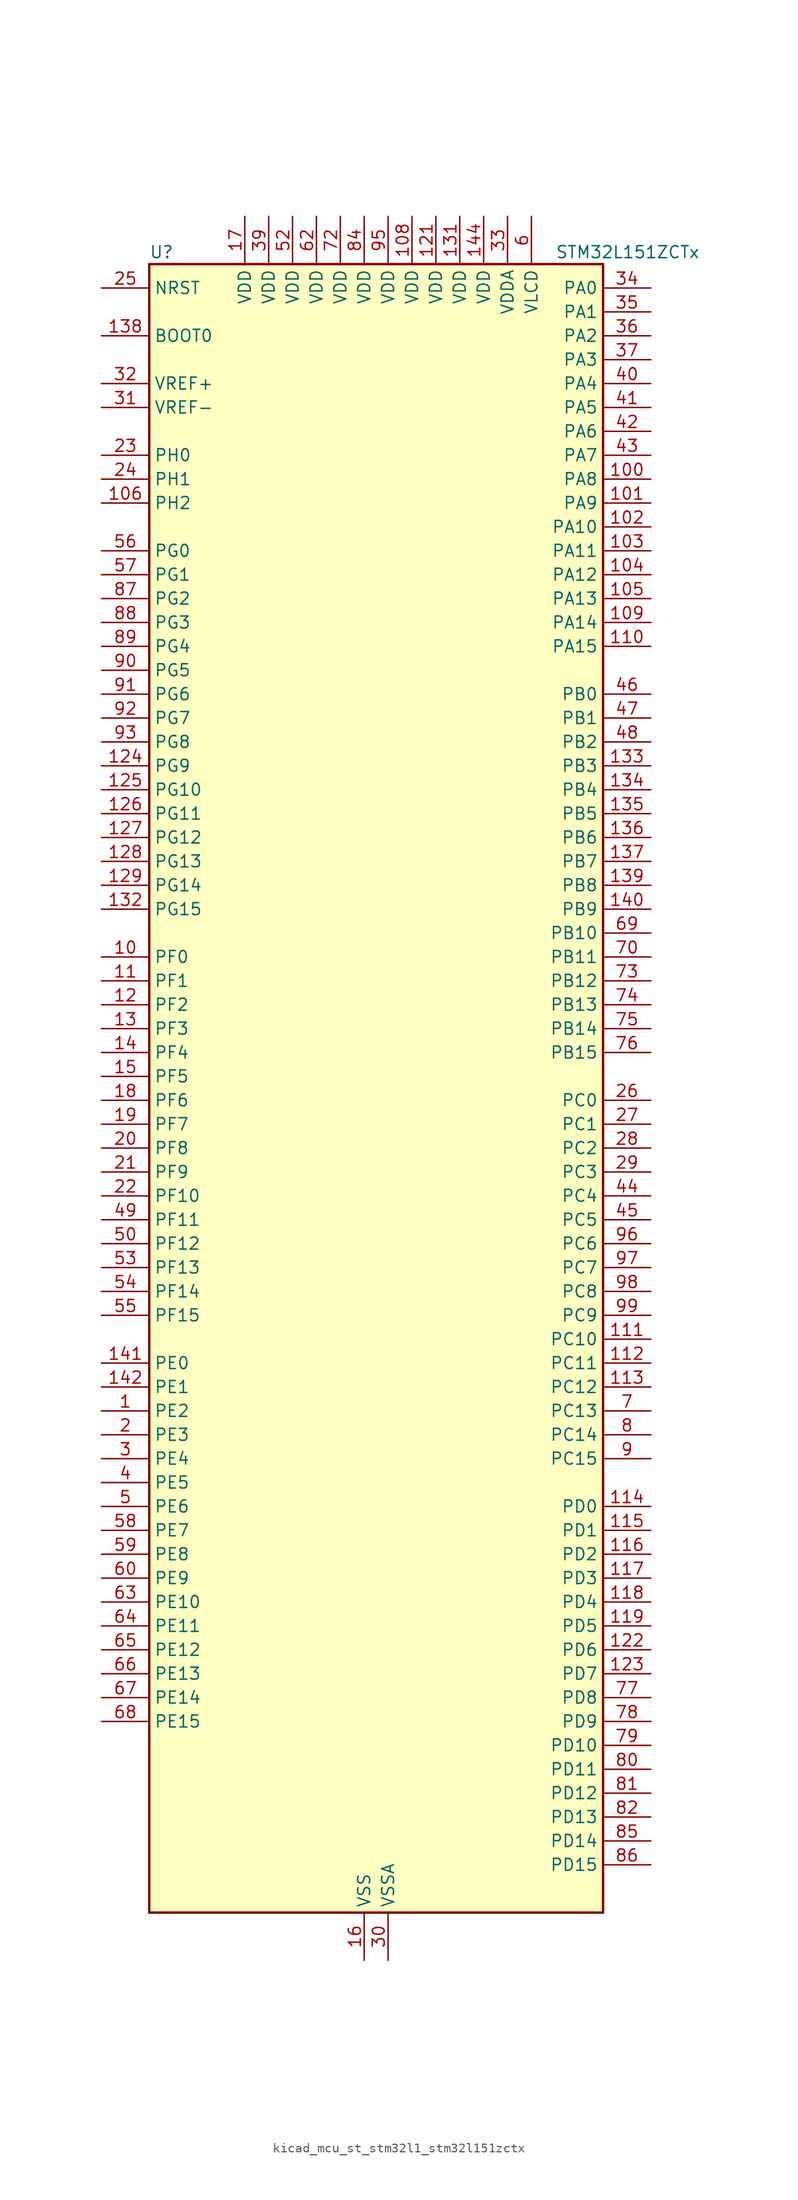
<source format=kicad_sym>
(kicad_symbol_lib
  (version 20220914)
  (generator kicad_symbol_editor)
  (symbol "kicad_mcu_st_stm32l1_stm32l151zctx"
    (property "Reference" "U"
      (at -22.86 90.17 0)
      (effects (font (size 1.27 1.27)) (justify left)))
    (property "Value" "STM32L151ZCTx"
      (at 20.32 90.17 0)
      (effects (font (size 1.27 1.27)) (justify left)))
    (property "ki_locked" ""
      (at 0 0 0)
      (effects (font (size 1.27 1.27))))
    (symbol "kicad_mcu_st_stm32l1_stm32l151zctx_0_1"
      (rectangle (start -22.86 -86.36) (end 25.4 88.9) (stroke (width 0.254) (type default)) (fill (type background))))
    (symbol "kicad_mcu_st_stm32l1_stm32l151zctx_1_1"
      (pin bidirectional line (at -27.94 -33.02 0) (length 5.08) (name "PE2" (effects (font (size 1.27 1.27)))) (number "1" (effects (font (size 1.27 1.27)))) (alternate "SYS_TRACECK" bidirectional line) (alternate "TIM3_ETR" bidirectional line) (alternate "TIMX_IC3" bidirectional line))
      (pin bidirectional line (at -27.94 15.24 0) (length 5.08) (name "PF0" (effects (font (size 1.27 1.27)))) (number "10" (effects (font (size 1.27 1.27)))))
      (pin bidirectional line (at 30.48 66.04 180) (length 5.08) (name "PA8" (effects (font (size 1.27 1.27)))) (number "100" (effects (font (size 1.27 1.27)))) (alternate "RCC_MCO" bidirectional line) (alternate "TIMX_IC1" bidirectional line) (alternate "TS_G4_IO1" bidirectional line) (alternate "USART1_CK" bidirectional line))
      (pin bidirectional line (at 30.48 63.5 180) (length 5.08) (name "PA9" (effects (font (size 1.27 1.27)))) (number "101" (effects (font (size 1.27 1.27)))) (alternate "DAC_EXTI9" bidirectional line) (alternate "TIMX_IC2" bidirectional line) (alternate "TS_G4_IO2" bidirectional line) (alternate "USART1_TX" bidirectional line))
      (pin bidirectional line (at 30.48 60.96 180) (length 5.08) (name "PA10" (effects (font (size 1.27 1.27)))) (number "102" (effects (font (size 1.27 1.27)))) (alternate "TIMX_IC3" bidirectional line) (alternate "TS_G4_IO3" bidirectional line) (alternate "USART1_RX" bidirectional line))
      (pin bidirectional line (at 30.48 58.42 180) (length 5.08) (name "PA11" (effects (font (size 1.27 1.27)))) (number "103" (effects (font (size 1.27 1.27)))) (alternate "ADC_EXTI11" bidirectional line) (alternate "SPI1_MISO" bidirectional line) (alternate "TIMX_IC4" bidirectional line) (alternate "USART1_CTS" bidirectional line) (alternate "USB_DM" bidirectional line))
      (pin bidirectional line (at 30.48 55.88 180) (length 5.08) (name "PA12" (effects (font (size 1.27 1.27)))) (number "104" (effects (font (size 1.27 1.27)))) (alternate "SPI1_MOSI" bidirectional line) (alternate "TIMX_IC1" bidirectional line) (alternate "USART1_RTS" bidirectional line) (alternate "USB_DP" bidirectional line))
      (pin bidirectional line (at 30.48 53.34 180) (length 5.08) (name "PA13" (effects (font (size 1.27 1.27)))) (number "105" (effects (font (size 1.27 1.27)))) (alternate "SYS_JTMS-SWDIO" bidirectional line) (alternate "TIMX_IC2" bidirectional line) (alternate "TS_G5_IO1" bidirectional line))
      (pin bidirectional line (at -27.94 63.5 0) (length 5.08) (name "PH2" (effects (font (size 1.27 1.27)))) (number "106" (effects (font (size 1.27 1.27)))))
      (pin passive line (at 0 -91.44 90) (length 5.08) hide (name "VSS" (effects (font (size 1.27 1.27)))) (number "107" (effects (font (size 1.27 1.27)))))
      (pin power_in line (at 5.08 93.98 270) (length 5.08) (name "VDD" (effects (font (size 1.27 1.27)))) (number "108" (effects (font (size 1.27 1.27)))))
      (pin bidirectional line (at 30.48 50.8 180) (length 5.08) (name "PA14" (effects (font (size 1.27 1.27)))) (number "109" (effects (font (size 1.27 1.27)))) (alternate "SYS_JTCK-SWCLK" bidirectional line) (alternate "TIMX_IC3" bidirectional line) (alternate "TS_G5_IO2" bidirectional line))
      (pin bidirectional line (at -27.94 12.7 0) (length 5.08) (name "PF1" (effects (font (size 1.27 1.27)))) (number "11" (effects (font (size 1.27 1.27)))))
      (pin bidirectional line (at 30.48 48.26 180) (length 5.08) (name "PA15" (effects (font (size 1.27 1.27)))) (number "110" (effects (font (size 1.27 1.27)))) (alternate "ADC_EXTI15" bidirectional line) (alternate "I2S3_WS" bidirectional line) (alternate "SPI1_NSS" bidirectional line) (alternate "SPI3_NSS" bidirectional line) (alternate "SYS_JTDI" bidirectional line) (alternate "TIM2_CH1" bidirectional line) (alternate "TIM2_ETR" bidirectional line) (alternate "TIMX_IC4" bidirectional line) (alternate "TS_G5_IO3" bidirectional line))
      (pin bidirectional line (at 30.48 -25.4 180) (length 5.08) (name "PC10" (effects (font (size 1.27 1.27)))) (number "111" (effects (font (size 1.27 1.27)))) (alternate "I2S3_CK" bidirectional line) (alternate "SPI3_SCK" bidirectional line) (alternate "TIMX_IC3" bidirectional line) (alternate "USART3_TX" bidirectional line))
      (pin bidirectional line (at 30.48 -27.94 180) (length 5.08) (name "PC11" (effects (font (size 1.27 1.27)))) (number "112" (effects (font (size 1.27 1.27)))) (alternate "ADC_EXTI11" bidirectional line) (alternate "SPI3_MISO" bidirectional line) (alternate "TIMX_IC4" bidirectional line) (alternate "USART3_RX" bidirectional line))
      (pin bidirectional line (at 30.48 -30.48 180) (length 5.08) (name "PC12" (effects (font (size 1.27 1.27)))) (number "113" (effects (font (size 1.27 1.27)))) (alternate "I2S3_SD" bidirectional line) (alternate "SPI3_MOSI" bidirectional line) (alternate "TIMX_IC1" bidirectional line) (alternate "USART3_CK" bidirectional line))
      (pin bidirectional line (at 30.48 -43.18 180) (length 5.08) (name "PD0" (effects (font (size 1.27 1.27)))) (number "114" (effects (font (size 1.27 1.27)))) (alternate "I2S2_WS" bidirectional line) (alternate "SPI2_NSS" bidirectional line) (alternate "TIM9_CH1" bidirectional line) (alternate "TIMX_IC1" bidirectional line))
      (pin bidirectional line (at 30.48 -45.72 180) (length 5.08) (name "PD1" (effects (font (size 1.27 1.27)))) (number "115" (effects (font (size 1.27 1.27)))) (alternate "I2S2_CK" bidirectional line) (alternate "SPI2_SCK" bidirectional line) (alternate "TIMX_IC2" bidirectional line))
      (pin bidirectional line (at 30.48 -48.26 180) (length 5.08) (name "PD2" (effects (font (size 1.27 1.27)))) (number "116" (effects (font (size 1.27 1.27)))) (alternate "TIM3_ETR" bidirectional line) (alternate "TIMX_IC3" bidirectional line))
      (pin bidirectional line (at 30.48 -50.8 180) (length 5.08) (name "PD3" (effects (font (size 1.27 1.27)))) (number "117" (effects (font (size 1.27 1.27)))) (alternate "SPI2_MISO" bidirectional line) (alternate "TIMX_IC4" bidirectional line) (alternate "USART2_CTS" bidirectional line))
      (pin bidirectional line (at 30.48 -53.34 180) (length 5.08) (name "PD4" (effects (font (size 1.27 1.27)))) (number "118" (effects (font (size 1.27 1.27)))) (alternate "I2S2_SD" bidirectional line) (alternate "SPI2_MOSI" bidirectional line) (alternate "TIMX_IC1" bidirectional line) (alternate "USART2_RTS" bidirectional line))
      (pin bidirectional line (at 30.48 -55.88 180) (length 5.08) (name "PD5" (effects (font (size 1.27 1.27)))) (number "119" (effects (font (size 1.27 1.27)))) (alternate "TIMX_IC2" bidirectional line) (alternate "USART2_TX" bidirectional line))
      (pin bidirectional line (at -27.94 10.16 0) (length 5.08) (name "PF2" (effects (font (size 1.27 1.27)))) (number "12" (effects (font (size 1.27 1.27)))))
      (pin passive line (at 0 -91.44 90) (length 5.08) hide (name "VSS" (effects (font (size 1.27 1.27)))) (number "120" (effects (font (size 1.27 1.27)))))
      (pin power_in line (at 7.62 93.98 270) (length 5.08) (name "VDD" (effects (font (size 1.27 1.27)))) (number "121" (effects (font (size 1.27 1.27)))))
      (pin bidirectional line (at 30.48 -58.42 180) (length 5.08) (name "PD6" (effects (font (size 1.27 1.27)))) (number "122" (effects (font (size 1.27 1.27)))) (alternate "TIMX_IC3" bidirectional line) (alternate "USART2_RX" bidirectional line))
      (pin bidirectional line (at 30.48 -60.96 180) (length 5.08) (name "PD7" (effects (font (size 1.27 1.27)))) (number "123" (effects (font (size 1.27 1.27)))) (alternate "TIM9_CH2" bidirectional line) (alternate "TIMX_IC4" bidirectional line) (alternate "USART2_CK" bidirectional line))
      (pin bidirectional line (at -27.94 35.56 0) (length 5.08) (name "PG9" (effects (font (size 1.27 1.27)))) (number "124" (effects (font (size 1.27 1.27)))) (alternate "DAC_EXTI9" bidirectional line))
      (pin bidirectional line (at -27.94 33.02 0) (length 5.08) (name "PG10" (effects (font (size 1.27 1.27)))) (number "125" (effects (font (size 1.27 1.27)))))
      (pin bidirectional line (at -27.94 30.48 0) (length 5.08) (name "PG11" (effects (font (size 1.27 1.27)))) (number "126" (effects (font (size 1.27 1.27)))) (alternate "ADC_EXTI11" bidirectional line))
      (pin bidirectional line (at -27.94 27.94 0) (length 5.08) (name "PG12" (effects (font (size 1.27 1.27)))) (number "127" (effects (font (size 1.27 1.27)))))
      (pin bidirectional line (at -27.94 25.4 0) (length 5.08) (name "PG13" (effects (font (size 1.27 1.27)))) (number "128" (effects (font (size 1.27 1.27)))))
      (pin bidirectional line (at -27.94 22.86 0) (length 5.08) (name "PG14" (effects (font (size 1.27 1.27)))) (number "129" (effects (font (size 1.27 1.27)))))
      (pin bidirectional line (at -27.94 7.62 0) (length 5.08) (name "PF3" (effects (font (size 1.27 1.27)))) (number "13" (effects (font (size 1.27 1.27)))))
      (pin passive line (at 0 -91.44 90) (length 5.08) hide (name "VSS" (effects (font (size 1.27 1.27)))) (number "130" (effects (font (size 1.27 1.27)))))
      (pin power_in line (at 10.16 93.98 270) (length 5.08) (name "VDD" (effects (font (size 1.27 1.27)))) (number "131" (effects (font (size 1.27 1.27)))))
      (pin bidirectional line (at -27.94 20.32 0) (length 5.08) (name "PG15" (effects (font (size 1.27 1.27)))) (number "132" (effects (font (size 1.27 1.27)))) (alternate "ADC_EXTI15" bidirectional line))
      (pin bidirectional line (at 30.48 35.56 180) (length 5.08) (name "PB3" (effects (font (size 1.27 1.27)))) (number "133" (effects (font (size 1.27 1.27)))) (alternate "COMP2_INM" bidirectional line) (alternate "I2S3_CK" bidirectional line) (alternate "SPI1_SCK" bidirectional line) (alternate "SPI3_SCK" bidirectional line) (alternate "SYS_JTDO-TRACESWO" bidirectional line) (alternate "TIM2_CH2" bidirectional line))
      (pin bidirectional line (at 30.48 33.02 180) (length 5.08) (name "PB4" (effects (font (size 1.27 1.27)))) (number "134" (effects (font (size 1.27 1.27)))) (alternate "COMP2_INP" bidirectional line) (alternate "SPI1_MISO" bidirectional line) (alternate "SPI3_MISO" bidirectional line) (alternate "SYS_JTRST" bidirectional line) (alternate "TIM3_CH1" bidirectional line) (alternate "TS_G6_IO1" bidirectional line))
      (pin bidirectional line (at 30.48 30.48 180) (length 5.08) (name "PB5" (effects (font (size 1.27 1.27)))) (number "135" (effects (font (size 1.27 1.27)))) (alternate "COMP2_INP" bidirectional line) (alternate "I2C1_SMBA" bidirectional line) (alternate "I2S3_SD" bidirectional line) (alternate "SPI1_MOSI" bidirectional line) (alternate "SPI3_MOSI" bidirectional line) (alternate "TIM3_CH2" bidirectional line) (alternate "TS_G6_IO2" bidirectional line))
      (pin bidirectional line (at 30.48 27.94 180) (length 5.08) (name "PB6" (effects (font (size 1.27 1.27)))) (number "136" (effects (font (size 1.27 1.27)))) (alternate "COMP2_INP" bidirectional line) (alternate "I2C1_SCL" bidirectional line) (alternate "TIM4_CH1" bidirectional line) (alternate "TS_G6_IO3" bidirectional line) (alternate "USART1_TX" bidirectional line))
      (pin bidirectional line (at 30.48 25.4 180) (length 5.08) (name "PB7" (effects (font (size 1.27 1.27)))) (number "137" (effects (font (size 1.27 1.27)))) (alternate "COMP2_INP" bidirectional line) (alternate "I2C1_SDA" bidirectional line) (alternate "SYS_PVD_IN" bidirectional line) (alternate "TIM4_CH2" bidirectional line) (alternate "TS_G6_IO4" bidirectional line) (alternate "USART1_RX" bidirectional line))
      (pin input line (at -27.94 81.28 0) (length 5.08) (name "BOOT0" (effects (font (size 1.27 1.27)))) (number "138" (effects (font (size 1.27 1.27)))))
      (pin bidirectional line (at 30.48 22.86 180) (length 5.08) (name "PB8" (effects (font (size 1.27 1.27)))) (number "139" (effects (font (size 1.27 1.27)))) (alternate "I2C1_SCL" bidirectional line) (alternate "TIM10_CH1" bidirectional line) (alternate "TIM4_CH3" bidirectional line))
      (pin bidirectional line (at -27.94 5.08 0) (length 5.08) (name "PF4" (effects (font (size 1.27 1.27)))) (number "14" (effects (font (size 1.27 1.27)))))
      (pin bidirectional line (at 30.48 20.32 180) (length 5.08) (name "PB9" (effects (font (size 1.27 1.27)))) (number "140" (effects (font (size 1.27 1.27)))) (alternate "DAC_EXTI9" bidirectional line) (alternate "I2C1_SDA" bidirectional line) (alternate "TIM11_CH1" bidirectional line) (alternate "TIM4_CH4" bidirectional line))
      (pin bidirectional line (at -27.94 -27.94 0) (length 5.08) (name "PE0" (effects (font (size 1.27 1.27)))) (number "141" (effects (font (size 1.27 1.27)))) (alternate "TIM10_CH1" bidirectional line) (alternate "TIM4_ETR" bidirectional line) (alternate "TIMX_IC1" bidirectional line))
      (pin bidirectional line (at -27.94 -30.48 0) (length 5.08) (name "PE1" (effects (font (size 1.27 1.27)))) (number "142" (effects (font (size 1.27 1.27)))) (alternate "TIM11_CH1" bidirectional line) (alternate "TIMX_IC2" bidirectional line))
      (pin passive line (at 0 -91.44 90) (length 5.08) hide (name "VSS" (effects (font (size 1.27 1.27)))) (number "143" (effects (font (size 1.27 1.27)))))
      (pin power_in line (at 12.7 93.98 270) (length 5.08) (name "VDD" (effects (font (size 1.27 1.27)))) (number "144" (effects (font (size 1.27 1.27)))))
      (pin bidirectional line (at -27.94 2.54 0) (length 5.08) (name "PF5" (effects (font (size 1.27 1.27)))) (number "15" (effects (font (size 1.27 1.27)))))
      (pin power_in line (at 0 -91.44 90) (length 5.08) (name "VSS" (effects (font (size 1.27 1.27)))) (number "16" (effects (font (size 1.27 1.27)))))
      (pin power_in line (at -12.7 93.98 270) (length 5.08) (name "VDD" (effects (font (size 1.27 1.27)))) (number "17" (effects (font (size 1.27 1.27)))))
      (pin bidirectional line (at -27.94 0 0) (length 5.08) (name "PF6" (effects (font (size 1.27 1.27)))) (number "18" (effects (font (size 1.27 1.27)))) (alternate "ADC_IN27" bidirectional line) (alternate "TIM5_CH1" bidirectional line) (alternate "TIM5_ETR" bidirectional line) (alternate "TS_G11_IO1" bidirectional line))
      (pin bidirectional line (at -27.94 -2.54 0) (length 5.08) (name "PF7" (effects (font (size 1.27 1.27)))) (number "19" (effects (font (size 1.27 1.27)))) (alternate "ADC_IN28" bidirectional line) (alternate "COMP1_INP" bidirectional line) (alternate "TIM5_CH2" bidirectional line) (alternate "TS_G11_IO2" bidirectional line))
      (pin bidirectional line (at -27.94 -35.56 0) (length 5.08) (name "PE3" (effects (font (size 1.27 1.27)))) (number "2" (effects (font (size 1.27 1.27)))) (alternate "SYS_TRACED0" bidirectional line) (alternate "TIM3_CH1" bidirectional line) (alternate "TIMX_IC4" bidirectional line))
      (pin bidirectional line (at -27.94 -5.08 0) (length 5.08) (name "PF8" (effects (font (size 1.27 1.27)))) (number "20" (effects (font (size 1.27 1.27)))) (alternate "ADC_IN29" bidirectional line) (alternate "COMP1_INP" bidirectional line) (alternate "TIM5_CH3" bidirectional line) (alternate "TS_G11_IO3" bidirectional line))
      (pin bidirectional line (at -27.94 -7.62 0) (length 5.08) (name "PF9" (effects (font (size 1.27 1.27)))) (number "21" (effects (font (size 1.27 1.27)))) (alternate "ADC_IN30" bidirectional line) (alternate "COMP1_INP" bidirectional line) (alternate "DAC_EXTI9" bidirectional line) (alternate "TIM5_CH4" bidirectional line) (alternate "TS_G11_IO4" bidirectional line))
      (pin bidirectional line (at -27.94 -10.16 0) (length 5.08) (name "PF10" (effects (font (size 1.27 1.27)))) (number "22" (effects (font (size 1.27 1.27)))) (alternate "ADC_IN31" bidirectional line) (alternate "COMP1_INP" bidirectional line) (alternate "TS_G11_IO5" bidirectional line))
      (pin bidirectional line (at -27.94 68.58 0) (length 5.08) (name "PH0" (effects (font (size 1.27 1.27)))) (number "23" (effects (font (size 1.27 1.27)))) (alternate "RCC_OSC_IN" bidirectional line))
      (pin bidirectional line (at -27.94 66.04 0) (length 5.08) (name "PH1" (effects (font (size 1.27 1.27)))) (number "24" (effects (font (size 1.27 1.27)))) (alternate "RCC_OSC_OUT" bidirectional line))
      (pin input line (at -27.94 86.36 0) (length 5.08) (name "NRST" (effects (font (size 1.27 1.27)))) (number "25" (effects (font (size 1.27 1.27)))))
      (pin bidirectional line (at 30.48 0 180) (length 5.08) (name "PC0" (effects (font (size 1.27 1.27)))) (number "26" (effects (font (size 1.27 1.27)))) (alternate "ADC_IN10" bidirectional line) (alternate "COMP1_INP" bidirectional line) (alternate "TIMX_IC1" bidirectional line) (alternate "TS_G8_IO1" bidirectional line))
      (pin bidirectional line (at 30.48 -2.54 180) (length 5.08) (name "PC1" (effects (font (size 1.27 1.27)))) (number "27" (effects (font (size 1.27 1.27)))) (alternate "ADC_IN11" bidirectional line) (alternate "COMP1_INP" bidirectional line) (alternate "TIMX_IC2" bidirectional line) (alternate "TS_G8_IO2" bidirectional line))
      (pin bidirectional line (at 30.48 -5.08 180) (length 5.08) (name "PC2" (effects (font (size 1.27 1.27)))) (number "28" (effects (font (size 1.27 1.27)))) (alternate "ADC_IN12" bidirectional line) (alternate "COMP1_INP" bidirectional line) (alternate "TIMX_IC3" bidirectional line) (alternate "TS_G8_IO3" bidirectional line))
      (pin bidirectional line (at 30.48 -7.62 180) (length 5.08) (name "PC3" (effects (font (size 1.27 1.27)))) (number "29" (effects (font (size 1.27 1.27)))) (alternate "ADC_IN13" bidirectional line) (alternate "COMP1_INP" bidirectional line) (alternate "TIMX_IC4" bidirectional line) (alternate "TS_G8_IO4" bidirectional line))
      (pin bidirectional line (at -27.94 -38.1 0) (length 5.08) (name "PE4" (effects (font (size 1.27 1.27)))) (number "3" (effects (font (size 1.27 1.27)))) (alternate "SYS_TRACED1" bidirectional line) (alternate "TIM3_CH2" bidirectional line) (alternate "TIMX_IC1" bidirectional line))
      (pin power_in line (at 2.54 -91.44 90) (length 5.08) (name "VSSA" (effects (font (size 1.27 1.27)))) (number "30" (effects (font (size 1.27 1.27)))))
      (pin input line (at -27.94 73.66 0) (length 5.08) (name "VREF-" (effects (font (size 1.27 1.27)))) (number "31" (effects (font (size 1.27 1.27)))))
      (pin input line (at -27.94 76.2 0) (length 5.08) (name "VREF+" (effects (font (size 1.27 1.27)))) (number "32" (effects (font (size 1.27 1.27)))))
      (pin power_in line (at 15.24 93.98 270) (length 5.08) (name "VDDA" (effects (font (size 1.27 1.27)))) (number "33" (effects (font (size 1.27 1.27)))))
      (pin bidirectional line (at 30.48 86.36 180) (length 5.08) (name "PA0" (effects (font (size 1.27 1.27)))) (number "34" (effects (font (size 1.27 1.27)))) (alternate "ADC_IN0" bidirectional line) (alternate "COMP1_INP" bidirectional line) (alternate "RTC_TAMP2" bidirectional line) (alternate "SYS_WKUP1" bidirectional line) (alternate "TIM2_CH1" bidirectional line) (alternate "TIM2_ETR" bidirectional line) (alternate "TIM5_CH1" bidirectional line) (alternate "TIMX_IC1" bidirectional line) (alternate "TS_G1_IO1" bidirectional line) (alternate "USART2_CTS" bidirectional line))
      (pin bidirectional line (at 30.48 83.82 180) (length 5.08) (name "PA1" (effects (font (size 1.27 1.27)))) (number "35" (effects (font (size 1.27 1.27)))) (alternate "ADC_IN1" bidirectional line) (alternate "COMP1_INP" bidirectional line) (alternate "OPAMP1_VINP" bidirectional line) (alternate "TIM2_CH2" bidirectional line) (alternate "TIM5_CH2" bidirectional line) (alternate "TIMX_IC2" bidirectional line) (alternate "TS_G1_IO2" bidirectional line) (alternate "USART2_RTS" bidirectional line))
      (pin bidirectional line (at 30.48 81.28 180) (length 5.08) (name "PA2" (effects (font (size 1.27 1.27)))) (number "36" (effects (font (size 1.27 1.27)))) (alternate "ADC_IN2" bidirectional line) (alternate "COMP1_INP" bidirectional line) (alternate "OPAMP1_VINM" bidirectional line) (alternate "TIM2_CH3" bidirectional line) (alternate "TIM5_CH3" bidirectional line) (alternate "TIM9_CH1" bidirectional line) (alternate "TIMX_IC3" bidirectional line) (alternate "TS_G1_IO3" bidirectional line) (alternate "USART2_TX" bidirectional line))
      (pin bidirectional line (at 30.48 78.74 180) (length 5.08) (name "PA3" (effects (font (size 1.27 1.27)))) (number "37" (effects (font (size 1.27 1.27)))) (alternate "ADC_IN3" bidirectional line) (alternate "COMP1_INP" bidirectional line) (alternate "OPAMP1_VOUT" bidirectional line) (alternate "TIM2_CH4" bidirectional line) (alternate "TIM5_CH4" bidirectional line) (alternate "TIM9_CH2" bidirectional line) (alternate "TIMX_IC4" bidirectional line) (alternate "TS_G1_IO4" bidirectional line) (alternate "USART2_RX" bidirectional line))
      (pin passive line (at 0 -91.44 90) (length 5.08) hide (name "VSS" (effects (font (size 1.27 1.27)))) (number "38" (effects (font (size 1.27 1.27)))))
      (pin power_in line (at -10.16 93.98 270) (length 5.08) (name "VDD" (effects (font (size 1.27 1.27)))) (number "39" (effects (font (size 1.27 1.27)))))
      (pin bidirectional line (at -27.94 -40.64 0) (length 5.08) (name "PE5" (effects (font (size 1.27 1.27)))) (number "4" (effects (font (size 1.27 1.27)))) (alternate "SYS_TRACED2" bidirectional line) (alternate "TIM9_CH1" bidirectional line) (alternate "TIMX_IC2" bidirectional line))
      (pin bidirectional line (at 30.48 76.2 180) (length 5.08) (name "PA4" (effects (font (size 1.27 1.27)))) (number "40" (effects (font (size 1.27 1.27)))) (alternate "ADC_IN4" bidirectional line) (alternate "COMP1_INP" bidirectional line) (alternate "DAC_OUT1" bidirectional line) (alternate "I2S3_WS" bidirectional line) (alternate "SPI1_NSS" bidirectional line) (alternate "SPI3_NSS" bidirectional line) (alternate "TIMX_IC1" bidirectional line) (alternate "USART2_CK" bidirectional line))
      (pin bidirectional line (at 30.48 73.66 180) (length 5.08) (name "PA5" (effects (font (size 1.27 1.27)))) (number "41" (effects (font (size 1.27 1.27)))) (alternate "ADC_IN5" bidirectional line) (alternate "COMP1_INP" bidirectional line) (alternate "DAC_OUT2" bidirectional line) (alternate "SPI1_SCK" bidirectional line) (alternate "TIM2_CH1" bidirectional line) (alternate "TIM2_ETR" bidirectional line) (alternate "TIMX_IC2" bidirectional line))
      (pin bidirectional line (at 30.48 71.12 180) (length 5.08) (name "PA6" (effects (font (size 1.27 1.27)))) (number "42" (effects (font (size 1.27 1.27)))) (alternate "ADC_IN6" bidirectional line) (alternate "COMP1_INP" bidirectional line) (alternate "OPAMP2_VINP" bidirectional line) (alternate "SPI1_MISO" bidirectional line) (alternate "TIM10_CH1" bidirectional line) (alternate "TIM3_CH1" bidirectional line) (alternate "TIMX_IC3" bidirectional line) (alternate "TS_G2_IO1" bidirectional line))
      (pin bidirectional line (at 30.48 68.58 180) (length 5.08) (name "PA7" (effects (font (size 1.27 1.27)))) (number "43" (effects (font (size 1.27 1.27)))) (alternate "ADC_IN7" bidirectional line) (alternate "COMP1_INP" bidirectional line) (alternate "OPAMP2_VINM" bidirectional line) (alternate "SPI1_MOSI" bidirectional line) (alternate "TIM11_CH1" bidirectional line) (alternate "TIM3_CH2" bidirectional line) (alternate "TIMX_IC4" bidirectional line) (alternate "TS_G2_IO2" bidirectional line))
      (pin bidirectional line (at 30.48 -10.16 180) (length 5.08) (name "PC4" (effects (font (size 1.27 1.27)))) (number "44" (effects (font (size 1.27 1.27)))) (alternate "ADC_IN14" bidirectional line) (alternate "COMP1_INP" bidirectional line) (alternate "TIMX_IC1" bidirectional line) (alternate "TS_G9_IO1" bidirectional line))
      (pin bidirectional line (at 30.48 -12.7 180) (length 5.08) (name "PC5" (effects (font (size 1.27 1.27)))) (number "45" (effects (font (size 1.27 1.27)))) (alternate "ADC_IN15" bidirectional line) (alternate "COMP1_INP" bidirectional line) (alternate "TIMX_IC2" bidirectional line) (alternate "TS_G9_IO2" bidirectional line))
      (pin bidirectional line (at 30.48 43.18 180) (length 5.08) (name "PB0" (effects (font (size 1.27 1.27)))) (number "46" (effects (font (size 1.27 1.27)))) (alternate "ADC_IN8" bidirectional line) (alternate "COMP1_INP" bidirectional line) (alternate "OPAMP2_VOUT" bidirectional line) (alternate "SYS_V_REF_OUT" bidirectional line) (alternate "TIM3_CH3" bidirectional line) (alternate "TS_G3_IO1" bidirectional line))
      (pin bidirectional line (at 30.48 40.64 180) (length 5.08) (name "PB1" (effects (font (size 1.27 1.27)))) (number "47" (effects (font (size 1.27 1.27)))) (alternate "ADC_IN9" bidirectional line) (alternate "COMP1_INP" bidirectional line) (alternate "SYS_V_REF_OUT" bidirectional line) (alternate "TIM3_CH4" bidirectional line) (alternate "TS_G3_IO2" bidirectional line))
      (pin bidirectional line (at 30.48 38.1 180) (length 5.08) (name "PB2" (effects (font (size 1.27 1.27)))) (number "48" (effects (font (size 1.27 1.27)))) (alternate "ADC_IN0b" bidirectional line) (alternate "TS_G3_IO3" bidirectional line))
      (pin bidirectional line (at -27.94 -12.7 0) (length 5.08) (name "PF11" (effects (font (size 1.27 1.27)))) (number "49" (effects (font (size 1.27 1.27)))) (alternate "ADC_EXTI11" bidirectional line) (alternate "ADC_IN1b" bidirectional line) (alternate "TS_G3_IO4" bidirectional line))
      (pin bidirectional line (at -27.94 -43.18 0) (length 5.08) (name "PE6" (effects (font (size 1.27 1.27)))) (number "5" (effects (font (size 1.27 1.27)))) (alternate "RTC_TAMP3" bidirectional line) (alternate "SYS_TRACED3" bidirectional line) (alternate "SYS_WKUP3" bidirectional line) (alternate "TIM9_CH2" bidirectional line) (alternate "TIMX_IC3" bidirectional line))
      (pin bidirectional line (at -27.94 -15.24 0) (length 5.08) (name "PF12" (effects (font (size 1.27 1.27)))) (number "50" (effects (font (size 1.27 1.27)))) (alternate "ADC_IN2b" bidirectional line) (alternate "TS_G3_IO5" bidirectional line))
      (pin passive line (at 0 -91.44 90) (length 5.08) hide (name "VSS" (effects (font (size 1.27 1.27)))) (number "51" (effects (font (size 1.27 1.27)))))
      (pin power_in line (at -7.62 93.98 270) (length 5.08) (name "VDD" (effects (font (size 1.27 1.27)))) (number "52" (effects (font (size 1.27 1.27)))))
      (pin bidirectional line (at -27.94 -17.78 0) (length 5.08) (name "PF13" (effects (font (size 1.27 1.27)))) (number "53" (effects (font (size 1.27 1.27)))) (alternate "ADC_IN3b" bidirectional line) (alternate "TS_G9_IO3" bidirectional line))
      (pin bidirectional line (at -27.94 -20.32 0) (length 5.08) (name "PF14" (effects (font (size 1.27 1.27)))) (number "54" (effects (font (size 1.27 1.27)))) (alternate "ADC_IN6b" bidirectional line) (alternate "TS_G9_IO4" bidirectional line))
      (pin bidirectional line (at -27.94 -22.86 0) (length 5.08) (name "PF15" (effects (font (size 1.27 1.27)))) (number "55" (effects (font (size 1.27 1.27)))) (alternate "ADC_EXTI15" bidirectional line) (alternate "ADC_IN7b" bidirectional line) (alternate "TS_G2_IO3" bidirectional line))
      (pin bidirectional line (at -27.94 58.42 0) (length 5.08) (name "PG0" (effects (font (size 1.27 1.27)))) (number "56" (effects (font (size 1.27 1.27)))) (alternate "ADC_IN8b" bidirectional line) (alternate "TS_G2_IO4" bidirectional line))
      (pin bidirectional line (at -27.94 55.88 0) (length 5.08) (name "PG1" (effects (font (size 1.27 1.27)))) (number "57" (effects (font (size 1.27 1.27)))) (alternate "ADC_IN9b" bidirectional line) (alternate "TS_G2_IO5" bidirectional line))
      (pin bidirectional line (at -27.94 -45.72 0) (length 5.08) (name "PE7" (effects (font (size 1.27 1.27)))) (number "58" (effects (font (size 1.27 1.27)))) (alternate "ADC_IN22" bidirectional line) (alternate "COMP1_INP" bidirectional line) (alternate "TIMX_IC4" bidirectional line))
      (pin bidirectional line (at -27.94 -48.26 0) (length 5.08) (name "PE8" (effects (font (size 1.27 1.27)))) (number "59" (effects (font (size 1.27 1.27)))) (alternate "ADC_IN23" bidirectional line) (alternate "COMP1_INP" bidirectional line) (alternate "TIMX_IC1" bidirectional line))
      (pin power_in line (at 17.78 93.98 270) (length 5.08) (name "VLCD" (effects (font (size 1.27 1.27)))) (number "6" (effects (font (size 1.27 1.27)))))
      (pin bidirectional line (at -27.94 -50.8 0) (length 5.08) (name "PE9" (effects (font (size 1.27 1.27)))) (number "60" (effects (font (size 1.27 1.27)))) (alternate "ADC_IN24" bidirectional line) (alternate "COMP1_INP" bidirectional line) (alternate "DAC_EXTI9" bidirectional line) (alternate "TIM2_CH1" bidirectional line) (alternate "TIM2_ETR" bidirectional line) (alternate "TIMX_IC2" bidirectional line))
      (pin passive line (at 0 -91.44 90) (length 5.08) hide (name "VSS" (effects (font (size 1.27 1.27)))) (number "61" (effects (font (size 1.27 1.27)))))
      (pin power_in line (at -5.08 93.98 270) (length 5.08) (name "VDD" (effects (font (size 1.27 1.27)))) (number "62" (effects (font (size 1.27 1.27)))))
      (pin bidirectional line (at -27.94 -53.34 0) (length 5.08) (name "PE10" (effects (font (size 1.27 1.27)))) (number "63" (effects (font (size 1.27 1.27)))) (alternate "ADC_IN25" bidirectional line) (alternate "COMP1_INP" bidirectional line) (alternate "TIM2_CH2" bidirectional line) (alternate "TIMX_IC3" bidirectional line))
      (pin bidirectional line (at -27.94 -55.88 0) (length 5.08) (name "PE11" (effects (font (size 1.27 1.27)))) (number "64" (effects (font (size 1.27 1.27)))) (alternate "ADC_EXTI11" bidirectional line) (alternate "TIM2_CH3" bidirectional line) (alternate "TIMX_IC4" bidirectional line))
      (pin bidirectional line (at -27.94 -58.42 0) (length 5.08) (name "PE12" (effects (font (size 1.27 1.27)))) (number "65" (effects (font (size 1.27 1.27)))) (alternate "SPI1_NSS" bidirectional line) (alternate "TIM2_CH4" bidirectional line) (alternate "TIMX_IC1" bidirectional line))
      (pin bidirectional line (at -27.94 -60.96 0) (length 5.08) (name "PE13" (effects (font (size 1.27 1.27)))) (number "66" (effects (font (size 1.27 1.27)))) (alternate "SPI1_SCK" bidirectional line) (alternate "TIMX_IC2" bidirectional line))
      (pin bidirectional line (at -27.94 -63.5 0) (length 5.08) (name "PE14" (effects (font (size 1.27 1.27)))) (number "67" (effects (font (size 1.27 1.27)))) (alternate "SPI1_MISO" bidirectional line) (alternate "TIMX_IC3" bidirectional line))
      (pin bidirectional line (at -27.94 -66.04 0) (length 5.08) (name "PE15" (effects (font (size 1.27 1.27)))) (number "68" (effects (font (size 1.27 1.27)))) (alternate "ADC_EXTI15" bidirectional line) (alternate "SPI1_MOSI" bidirectional line) (alternate "TIMX_IC4" bidirectional line))
      (pin bidirectional line (at 30.48 17.78 180) (length 5.08) (name "PB10" (effects (font (size 1.27 1.27)))) (number "69" (effects (font (size 1.27 1.27)))) (alternate "I2C2_SCL" bidirectional line) (alternate "TIM2_CH3" bidirectional line) (alternate "USART3_TX" bidirectional line))
      (pin bidirectional line (at 30.48 -33.02 180) (length 5.08) (name "PC13" (effects (font (size 1.27 1.27)))) (number "7" (effects (font (size 1.27 1.27)))) (alternate "RTC_OUT_ALARM" bidirectional line) (alternate "RTC_OUT_CALIB" bidirectional line) (alternate "RTC_TAMP1" bidirectional line) (alternate "RTC_TS" bidirectional line) (alternate "SYS_WKUP2" bidirectional line) (alternate "TIMX_IC2" bidirectional line))
      (pin bidirectional line (at 30.48 15.24 180) (length 5.08) (name "PB11" (effects (font (size 1.27 1.27)))) (number "70" (effects (font (size 1.27 1.27)))) (alternate "ADC_EXTI11" bidirectional line) (alternate "I2C2_SDA" bidirectional line) (alternate "TIM2_CH4" bidirectional line) (alternate "USART3_RX" bidirectional line))
      (pin passive line (at 0 -91.44 90) (length 5.08) hide (name "VSS" (effects (font (size 1.27 1.27)))) (number "71" (effects (font (size 1.27 1.27)))))
      (pin power_in line (at -2.54 93.98 270) (length 5.08) (name "VDD" (effects (font (size 1.27 1.27)))) (number "72" (effects (font (size 1.27 1.27)))))
      (pin bidirectional line (at 30.48 12.7 180) (length 5.08) (name "PB12" (effects (font (size 1.27 1.27)))) (number "73" (effects (font (size 1.27 1.27)))) (alternate "ADC_IN18" bidirectional line) (alternate "COMP1_INP" bidirectional line) (alternate "I2C2_SMBA" bidirectional line) (alternate "I2S2_WS" bidirectional line) (alternate "SPI2_NSS" bidirectional line) (alternate "TIM10_CH1" bidirectional line) (alternate "TS_G7_IO1" bidirectional line) (alternate "USART3_CK" bidirectional line))
      (pin bidirectional line (at 30.48 10.16 180) (length 5.08) (name "PB13" (effects (font (size 1.27 1.27)))) (number "74" (effects (font (size 1.27 1.27)))) (alternate "ADC_IN19" bidirectional line) (alternate "COMP1_INP" bidirectional line) (alternate "I2S2_CK" bidirectional line) (alternate "SPI2_SCK" bidirectional line) (alternate "TIM9_CH1" bidirectional line) (alternate "TS_G7_IO2" bidirectional line) (alternate "USART3_CTS" bidirectional line))
      (pin bidirectional line (at 30.48 7.62 180) (length 5.08) (name "PB14" (effects (font (size 1.27 1.27)))) (number "75" (effects (font (size 1.27 1.27)))) (alternate "ADC_IN20" bidirectional line) (alternate "COMP1_INP" bidirectional line) (alternate "SPI2_MISO" bidirectional line) (alternate "TIM9_CH2" bidirectional line) (alternate "TS_G7_IO3" bidirectional line) (alternate "USART3_RTS" bidirectional line))
      (pin bidirectional line (at 30.48 5.08 180) (length 5.08) (name "PB15" (effects (font (size 1.27 1.27)))) (number "76" (effects (font (size 1.27 1.27)))) (alternate "ADC_EXTI15" bidirectional line) (alternate "ADC_IN21" bidirectional line) (alternate "COMP1_INP" bidirectional line) (alternate "I2S2_SD" bidirectional line) (alternate "RTC_REFIN" bidirectional line) (alternate "SPI2_MOSI" bidirectional line) (alternate "TIM11_CH1" bidirectional line) (alternate "TS_G7_IO4" bidirectional line))
      (pin bidirectional line (at 30.48 -63.5 180) (length 5.08) (name "PD8" (effects (font (size 1.27 1.27)))) (number "77" (effects (font (size 1.27 1.27)))) (alternate "TIMX_IC1" bidirectional line) (alternate "USART3_TX" bidirectional line))
      (pin bidirectional line (at 30.48 -66.04 180) (length 5.08) (name "PD9" (effects (font (size 1.27 1.27)))) (number "78" (effects (font (size 1.27 1.27)))) (alternate "DAC_EXTI9" bidirectional line) (alternate "TIMX_IC2" bidirectional line) (alternate "USART3_RX" bidirectional line))
      (pin bidirectional line (at 30.48 -68.58 180) (length 5.08) (name "PD10" (effects (font (size 1.27 1.27)))) (number "79" (effects (font (size 1.27 1.27)))) (alternate "TIMX_IC3" bidirectional line) (alternate "USART3_CK" bidirectional line))
      (pin bidirectional line (at 30.48 -35.56 180) (length 5.08) (name "PC14" (effects (font (size 1.27 1.27)))) (number "8" (effects (font (size 1.27 1.27)))) (alternate "RCC_OSC32_IN" bidirectional line) (alternate "TIMX_IC3" bidirectional line))
      (pin bidirectional line (at 30.48 -71.12 180) (length 5.08) (name "PD11" (effects (font (size 1.27 1.27)))) (number "80" (effects (font (size 1.27 1.27)))) (alternate "ADC_EXTI11" bidirectional line) (alternate "TIMX_IC4" bidirectional line) (alternate "USART3_CTS" bidirectional line))
      (pin bidirectional line (at 30.48 -73.66 180) (length 5.08) (name "PD12" (effects (font (size 1.27 1.27)))) (number "81" (effects (font (size 1.27 1.27)))) (alternate "TIM4_CH1" bidirectional line) (alternate "TIMX_IC1" bidirectional line) (alternate "USART3_RTS" bidirectional line))
      (pin bidirectional line (at 30.48 -76.2 180) (length 5.08) (name "PD13" (effects (font (size 1.27 1.27)))) (number "82" (effects (font (size 1.27 1.27)))) (alternate "TIM4_CH2" bidirectional line) (alternate "TIMX_IC2" bidirectional line))
      (pin passive line (at 0 -91.44 90) (length 5.08) hide (name "VSS" (effects (font (size 1.27 1.27)))) (number "83" (effects (font (size 1.27 1.27)))))
      (pin power_in line (at 0 93.98 270) (length 5.08) (name "VDD" (effects (font (size 1.27 1.27)))) (number "84" (effects (font (size 1.27 1.27)))))
      (pin bidirectional line (at 30.48 -78.74 180) (length 5.08) (name "PD14" (effects (font (size 1.27 1.27)))) (number "85" (effects (font (size 1.27 1.27)))) (alternate "TIM4_CH3" bidirectional line) (alternate "TIMX_IC3" bidirectional line))
      (pin bidirectional line (at 30.48 -81.28 180) (length 5.08) (name "PD15" (effects (font (size 1.27 1.27)))) (number "86" (effects (font (size 1.27 1.27)))) (alternate "ADC_EXTI15" bidirectional line) (alternate "TIM4_CH4" bidirectional line) (alternate "TIMX_IC4" bidirectional line))
      (pin bidirectional line (at -27.94 53.34 0) (length 5.08) (name "PG2" (effects (font (size 1.27 1.27)))) (number "87" (effects (font (size 1.27 1.27)))) (alternate "ADC_IN10b" bidirectional line) (alternate "TS_G7_IO5" bidirectional line))
      (pin bidirectional line (at -27.94 50.8 0) (length 5.08) (name "PG3" (effects (font (size 1.27 1.27)))) (number "88" (effects (font (size 1.27 1.27)))) (alternate "ADC_IN11b" bidirectional line) (alternate "TS_G7_IO6" bidirectional line))
      (pin bidirectional line (at -27.94 48.26 0) (length 5.08) (name "PG4" (effects (font (size 1.27 1.27)))) (number "89" (effects (font (size 1.27 1.27)))) (alternate "ADC_IN12b" bidirectional line) (alternate "TS_G7_IO7" bidirectional line))
      (pin bidirectional line (at 30.48 -38.1 180) (length 5.08) (name "PC15" (effects (font (size 1.27 1.27)))) (number "9" (effects (font (size 1.27 1.27)))) (alternate "ADC_EXTI15" bidirectional line) (alternate "RCC_OSC32_OUT" bidirectional line) (alternate "TIMX_IC4" bidirectional line))
      (pin bidirectional line (at -27.94 45.72 0) (length 5.08) (name "PG5" (effects (font (size 1.27 1.27)))) (number "90" (effects (font (size 1.27 1.27)))))
      (pin bidirectional line (at -27.94 43.18 0) (length 5.08) (name "PG6" (effects (font (size 1.27 1.27)))) (number "91" (effects (font (size 1.27 1.27)))))
      (pin bidirectional line (at -27.94 40.64 0) (length 5.08) (name "PG7" (effects (font (size 1.27 1.27)))) (number "92" (effects (font (size 1.27 1.27)))))
      (pin bidirectional line (at -27.94 38.1 0) (length 5.08) (name "PG8" (effects (font (size 1.27 1.27)))) (number "93" (effects (font (size 1.27 1.27)))))
      (pin passive line (at 0 -91.44 90) (length 5.08) hide (name "VSS" (effects (font (size 1.27 1.27)))) (number "94" (effects (font (size 1.27 1.27)))))
      (pin power_in line (at 2.54 93.98 270) (length 5.08) (name "VDD" (effects (font (size 1.27 1.27)))) (number "95" (effects (font (size 1.27 1.27)))))
      (pin bidirectional line (at 30.48 -15.24 180) (length 5.08) (name "PC6" (effects (font (size 1.27 1.27)))) (number "96" (effects (font (size 1.27 1.27)))) (alternate "I2S2_MCK" bidirectional line) (alternate "TIM3_CH1" bidirectional line) (alternate "TIMX_IC3" bidirectional line) (alternate "TS_G10_IO1" bidirectional line))
      (pin bidirectional line (at 30.48 -17.78 180) (length 5.08) (name "PC7" (effects (font (size 1.27 1.27)))) (number "97" (effects (font (size 1.27 1.27)))) (alternate "I2S3_MCK" bidirectional line) (alternate "TIM3_CH2" bidirectional line) (alternate "TIMX_IC4" bidirectional line) (alternate "TS_G10_IO2" bidirectional line))
      (pin bidirectional line (at 30.48 -20.32 180) (length 5.08) (name "PC8" (effects (font (size 1.27 1.27)))) (number "98" (effects (font (size 1.27 1.27)))) (alternate "TIM3_CH3" bidirectional line) (alternate "TIMX_IC1" bidirectional line) (alternate "TS_G10_IO3" bidirectional line))
      (pin bidirectional line (at 30.48 -22.86 180) (length 5.08) (name "PC9" (effects (font (size 1.27 1.27)))) (number "99" (effects (font (size 1.27 1.27)))) (alternate "DAC_EXTI9" bidirectional line) (alternate "TIM3_CH4" bidirectional line) (alternate "TIMX_IC2" bidirectional line) (alternate "TS_G10_IO4" bidirectional line)))))
</source>
